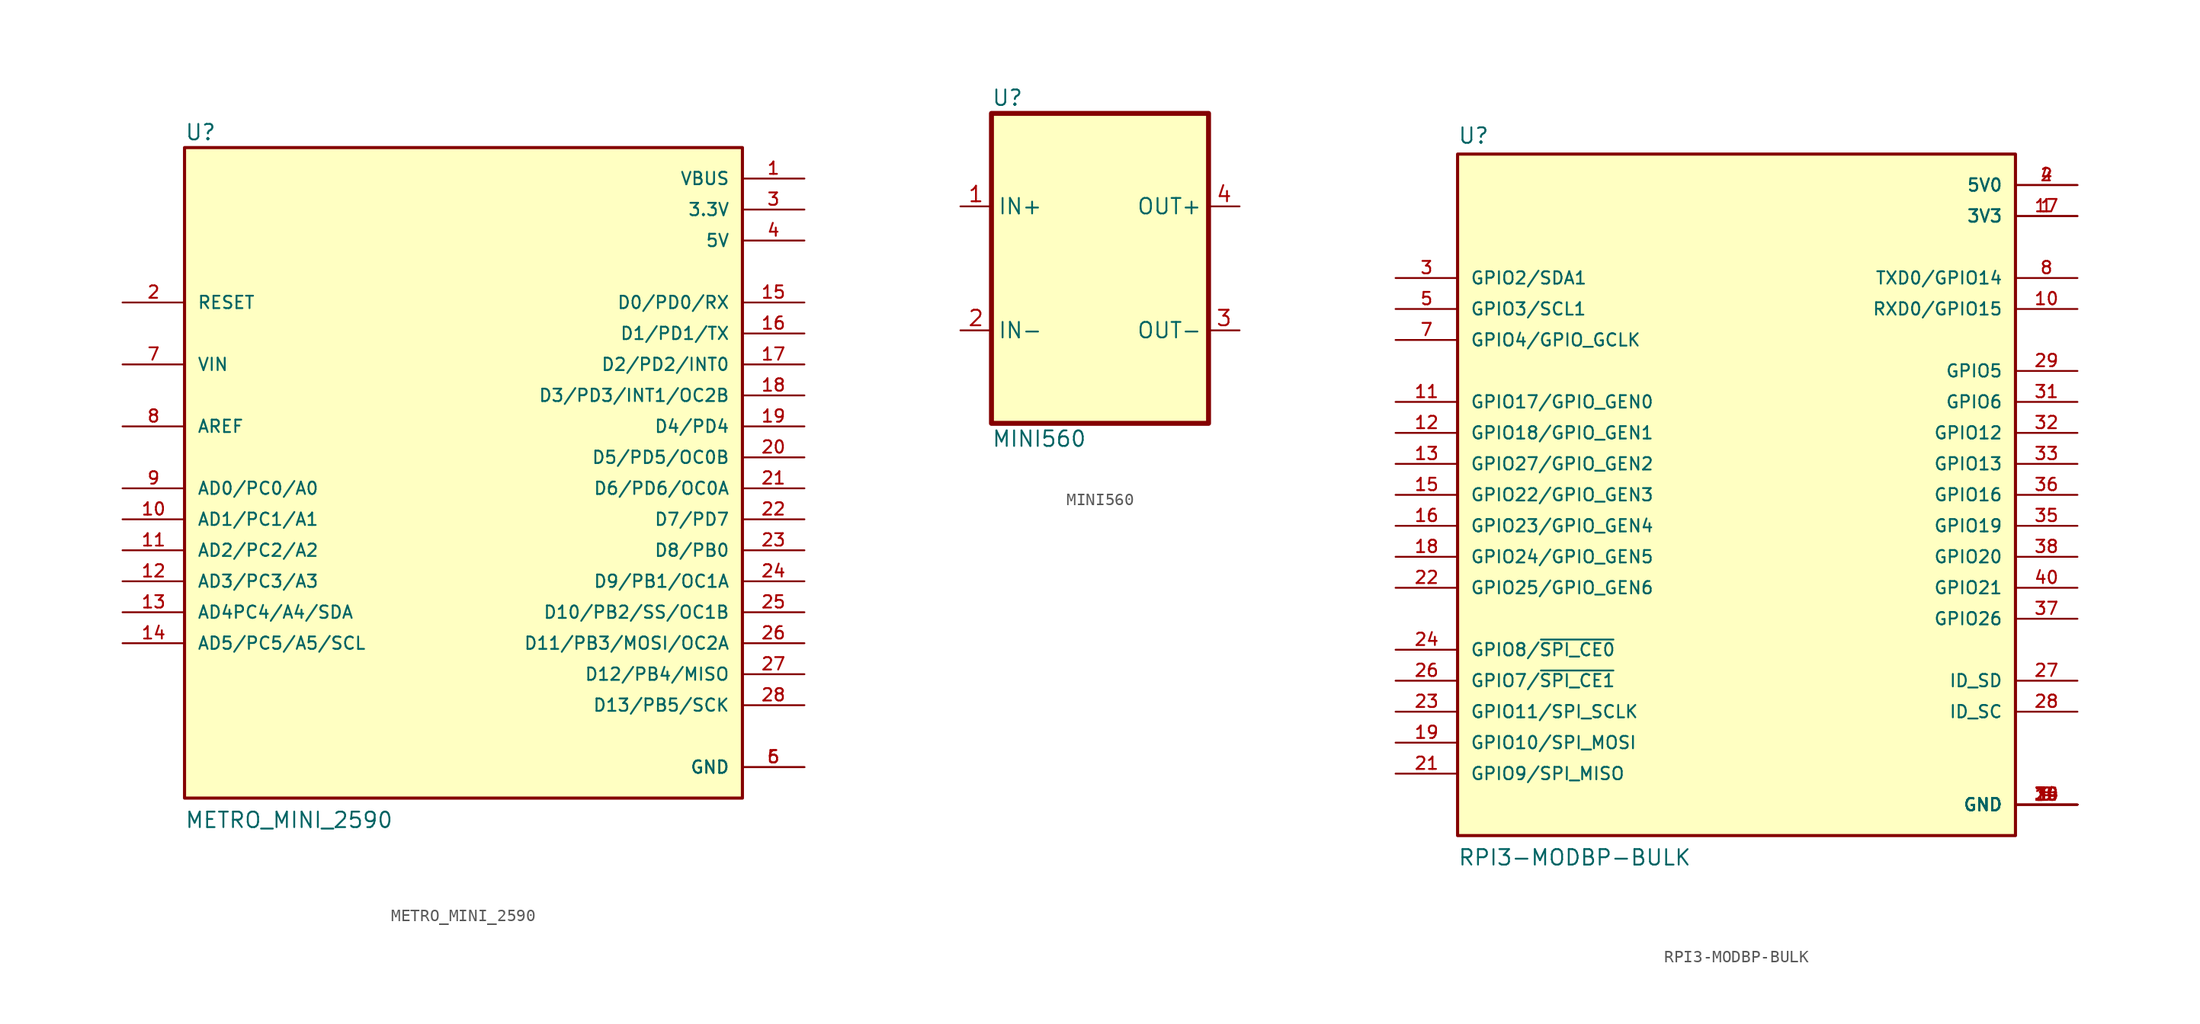
<source format=kicad_sym>
(kicad_symbol_lib
  (version 20220914)
  (generator kicad_symbol_editor)
  (symbol "METRO_MINI_2590"
    (pin_names
      (offset 1.016))
    (property "Reference" "U"
      (at -22.86 25.908 0)
      (effects (font (size 1.27 1.27)) (justify left bottom)))
    (property "Value" "METRO_MINI_2590"
      (at -22.86 -30.48 0)
      (effects (font (size 1.27 1.27)) (justify left bottom)))
    (symbol "METRO_MINI_2590_0_0"
      (rectangle (start -22.86 -27.94) (end 22.86 25.4) (stroke (width 0.254) (type default)) (fill (type background)))
      (pin power_in line (at 27.94 22.86 180) (length 5.08) (name "VBUS" (effects (font (size 1.016 1.016)))) (number "1" (effects (font (size 1.016 1.016)))))
      (pin bidirectional line (at -27.94 -5.08 0) (length 5.08) (name "AD1/PC1/A1" (effects (font (size 1.016 1.016)))) (number "10" (effects (font (size 1.016 1.016)))))
      (pin bidirectional line (at -27.94 -7.62 0) (length 5.08) (name "AD2/PC2/A2" (effects (font (size 1.016 1.016)))) (number "11" (effects (font (size 1.016 1.016)))))
      (pin bidirectional line (at -27.94 -10.16 0) (length 5.08) (name "AD3/PC3/A3" (effects (font (size 1.016 1.016)))) (number "12" (effects (font (size 1.016 1.016)))))
      (pin bidirectional line (at -27.94 -12.7 0) (length 5.08) (name "AD4PC4/A4/SDA" (effects (font (size 1.016 1.016)))) (number "13" (effects (font (size 1.016 1.016)))))
      (pin bidirectional line (at -27.94 -15.24 0) (length 5.08) (name "AD5/PC5/A5/SCL" (effects (font (size 1.016 1.016)))) (number "14" (effects (font (size 1.016 1.016)))))
      (pin bidirectional line (at 27.94 12.7 180) (length 5.08) (name "D0/PD0/RX" (effects (font (size 1.016 1.016)))) (number "15" (effects (font (size 1.016 1.016)))))
      (pin bidirectional line (at 27.94 10.16 180) (length 5.08) (name "D1/PD1/TX" (effects (font (size 1.016 1.016)))) (number "16" (effects (font (size 1.016 1.016)))))
      (pin bidirectional line (at 27.94 7.62 180) (length 5.08) (name "D2/PD2/INT0" (effects (font (size 1.016 1.016)))) (number "17" (effects (font (size 1.016 1.016)))))
      (pin bidirectional line (at 27.94 5.08 180) (length 5.08) (name "D3/PD3/INT1/OC2B" (effects (font (size 1.016 1.016)))) (number "18" (effects (font (size 1.016 1.016)))))
      (pin bidirectional line (at 27.94 2.54 180) (length 5.08) (name "D4/PD4" (effects (font (size 1.016 1.016)))) (number "19" (effects (font (size 1.016 1.016)))))
      (pin input line (at -27.94 12.7 0) (length 5.08) (name "RESET" (effects (font (size 1.016 1.016)))) (number "2" (effects (font (size 1.016 1.016)))))
      (pin bidirectional line (at 27.94 0 180) (length 5.08) (name "D5/PD5/OC0B" (effects (font (size 1.016 1.016)))) (number "20" (effects (font (size 1.016 1.016)))))
      (pin bidirectional line (at 27.94 -2.54 180) (length 5.08) (name "D6/PD6/OC0A" (effects (font (size 1.016 1.016)))) (number "21" (effects (font (size 1.016 1.016)))))
      (pin bidirectional line (at 27.94 -5.08 180) (length 5.08) (name "D7/PD7" (effects (font (size 1.016 1.016)))) (number "22" (effects (font (size 1.016 1.016)))))
      (pin bidirectional line (at 27.94 -7.62 180) (length 5.08) (name "D8/PB0" (effects (font (size 1.016 1.016)))) (number "23" (effects (font (size 1.016 1.016)))))
      (pin bidirectional line (at 27.94 -10.16 180) (length 5.08) (name "D9/PB1/OC1A" (effects (font (size 1.016 1.016)))) (number "24" (effects (font (size 1.016 1.016)))))
      (pin bidirectional line (at 27.94 -12.7 180) (length 5.08) (name "D10/PB2/SS/OC1B" (effects (font (size 1.016 1.016)))) (number "25" (effects (font (size 1.016 1.016)))))
      (pin bidirectional line (at 27.94 -15.24 180) (length 5.08) (name "D11/PB3/MOSI/OC2A" (effects (font (size 1.016 1.016)))) (number "26" (effects (font (size 1.016 1.016)))))
      (pin bidirectional line (at 27.94 -17.78 180) (length 5.08) (name "D12/PB4/MISO" (effects (font (size 1.016 1.016)))) (number "27" (effects (font (size 1.016 1.016)))))
      (pin bidirectional line (at 27.94 -20.32 180) (length 5.08) (name "D13/PB5/SCK" (effects (font (size 1.016 1.016)))) (number "28" (effects (font (size 1.016 1.016)))))
      (pin power_in line (at 27.94 20.32 180) (length 5.08) (name "3.3V" (effects (font (size 1.016 1.016)))) (number "3" (effects (font (size 1.016 1.016)))))
      (pin power_in line (at 27.94 17.78 180) (length 5.08) (name "5V" (effects (font (size 1.016 1.016)))) (number "4" (effects (font (size 1.016 1.016)))))
      (pin power_in line (at 27.94 -25.4 180) (length 5.08) (name "GND" (effects (font (size 1.016 1.016)))) (number "5" (effects (font (size 1.016 1.016)))))
      (pin power_in line (at 27.94 -25.4 180) (length 5.08) (name "GND" (effects (font (size 1.016 1.016)))) (number "6" (effects (font (size 1.016 1.016)))))
      (pin input line (at -27.94 7.62 0) (length 5.08) (name "VIN" (effects (font (size 1.016 1.016)))) (number "7" (effects (font (size 1.016 1.016)))))
      (pin input line (at -27.94 2.54 0) (length 5.08) (name "AREF" (effects (font (size 1.016 1.016)))) (number "8" (effects (font (size 1.016 1.016)))))
      (pin bidirectional line (at -27.94 -2.54 0) (length 5.08) (name "AD0/PC0/A0" (effects (font (size 1.016 1.016)))) (number "9" (effects (font (size 1.016 1.016)))))))
  (symbol "MINI560"
    (property "Reference" "U"
      (at -8.89 13.97 0)
      (effects (font (size 1.27 1.27)) (justify left)))
    (property "Value" "MINI560"
      (at -8.89 -13.97 0)
      (effects (font (size 1.27 1.27)) (justify left)))
    (symbol "MINI560_0_0"
      (rectangle (start -8.89 12.7) (end 8.89 -12.7) (stroke (width 0.406) (type default)) (fill (type background))))
    (symbol "MINI560_1_1"
      (pin power_in line (at -11.43 5.08 0) (length 2.54) (name "IN+" (effects (font (size 1.27 1.27)))) (number "1" (effects (font (size 1.27 1.27)))))
      (pin power_in line (at -11.43 -5.08 0) (length 2.54) (name "IN-" (effects (font (size 1.27 1.27)))) (number "2" (effects (font (size 1.27 1.27)))))
      (pin power_out line (at 11.43 -5.08 180) (length 2.54) (name "OUT-" (effects (font (size 1.27 1.27)))) (number "3" (effects (font (size 1.27 1.27)))))
      (pin power_out line (at 11.43 5.08 180) (length 2.54) (name "OUT+" (effects (font (size 1.27 1.27)))) (number "4" (effects (font (size 1.27 1.27)))))))
  (symbol "RPI3-MODBP-BULK"
    (pin_names
      (offset 1.016))
    (property "Reference" "U"
      (at -22.86 28.702 0)
      (effects (font (size 1.27 1.27)) (justify left bottom)))
    (property "Value" "RPI3-MODBP-BULK"
      (at -22.86 -30.48 0)
      (effects (font (size 1.27 1.27)) (justify left bottom)))
    (symbol "RPI3-MODBP-BULK_0_0"
      (rectangle (start -22.86 -27.94) (end 22.86 27.94) (stroke (width 0.254) (type default)) (fill (type background)))
      (pin power_in line (at 27.94 22.86 180) (length 5.08) (name "3V3" (effects (font (size 1.016 1.016)))) (number "1" (effects (font (size 1.016 1.016)))))
      (pin bidirectional line (at 27.94 15.24 180) (length 5.08) (name "RXD0/GPIO15" (effects (font (size 1.016 1.016)))) (number "10" (effects (font (size 1.016 1.016)))))
      (pin bidirectional line (at -27.94 7.62 0) (length 5.08) (name "GPIO17/GPIO_GEN0" (effects (font (size 1.016 1.016)))) (number "11" (effects (font (size 1.016 1.016)))))
      (pin bidirectional line (at -27.94 5.08 0) (length 5.08) (name "GPIO18/GPIO_GEN1" (effects (font (size 1.016 1.016)))) (number "12" (effects (font (size 1.016 1.016)))))
      (pin bidirectional line (at -27.94 2.54 0) (length 5.08) (name "GPIO27/GPIO_GEN2" (effects (font (size 1.016 1.016)))) (number "13" (effects (font (size 1.016 1.016)))))
      (pin power_in line (at 27.94 -25.4 180) (length 5.08) (name "GND" (effects (font (size 1.016 1.016)))) (number "14" (effects (font (size 1.016 1.016)))))
      (pin bidirectional line (at -27.94 0 0) (length 5.08) (name "GPIO22/GPIO_GEN3" (effects (font (size 1.016 1.016)))) (number "15" (effects (font (size 1.016 1.016)))))
      (pin bidirectional line (at -27.94 -2.54 0) (length 5.08) (name "GPIO23/GPIO_GEN4" (effects (font (size 1.016 1.016)))) (number "16" (effects (font (size 1.016 1.016)))))
      (pin power_in line (at 27.94 22.86 180) (length 5.08) (name "3V3" (effects (font (size 1.016 1.016)))) (number "17" (effects (font (size 1.016 1.016)))))
      (pin bidirectional line (at -27.94 -5.08 0) (length 5.08) (name "GPIO24/GPIO_GEN5" (effects (font (size 1.016 1.016)))) (number "18" (effects (font (size 1.016 1.016)))))
      (pin bidirectional line (at -27.94 -20.32 0) (length 5.08) (name "GPIO10/SPI_MOSI" (effects (font (size 1.016 1.016)))) (number "19" (effects (font (size 1.016 1.016)))))
      (pin power_in line (at 27.94 25.4 180) (length 5.08) (name "5V0" (effects (font (size 1.016 1.016)))) (number "2" (effects (font (size 1.016 1.016)))))
      (pin power_in line (at 27.94 -25.4 180) (length 5.08) (name "GND" (effects (font (size 1.016 1.016)))) (number "20" (effects (font (size 1.016 1.016)))))
      (pin bidirectional line (at -27.94 -22.86 0) (length 5.08) (name "GPIO9/SPI_MISO" (effects (font (size 1.016 1.016)))) (number "21" (effects (font (size 1.016 1.016)))))
      (pin bidirectional line (at -27.94 -7.62 0) (length 5.08) (name "GPIO25/GPIO_GEN6" (effects (font (size 1.016 1.016)))) (number "22" (effects (font (size 1.016 1.016)))))
      (pin bidirectional line (at -27.94 -17.78 0) (length 5.08) (name "GPIO11/SPI_SCLK" (effects (font (size 1.016 1.016)))) (number "23" (effects (font (size 1.016 1.016)))))
      (pin bidirectional line (at -27.94 -12.7 0) (length 5.08) (name "GPIO8/~{SPI_CE0}" (effects (font (size 1.016 1.016)))) (number "24" (effects (font (size 1.016 1.016)))))
      (pin power_in line (at 27.94 -25.4 180) (length 5.08) (name "GND" (effects (font (size 1.016 1.016)))) (number "25" (effects (font (size 1.016 1.016)))))
      (pin bidirectional line (at -27.94 -15.24 0) (length 5.08) (name "GPIO7/~{SPI_CE1}" (effects (font (size 1.016 1.016)))) (number "26" (effects (font (size 1.016 1.016)))))
      (pin bidirectional line (at 27.94 -15.24 180) (length 5.08) (name "ID_SD" (effects (font (size 1.016 1.016)))) (number "27" (effects (font (size 1.016 1.016)))))
      (pin bidirectional line (at 27.94 -17.78 180) (length 5.08) (name "ID_SC" (effects (font (size 1.016 1.016)))) (number "28" (effects (font (size 1.016 1.016)))))
      (pin bidirectional line (at 27.94 10.16 180) (length 5.08) (name "GPIO5" (effects (font (size 1.016 1.016)))) (number "29" (effects (font (size 1.016 1.016)))))
      (pin bidirectional line (at -27.94 17.78 0) (length 5.08) (name "GPIO2/SDA1" (effects (font (size 1.016 1.016)))) (number "3" (effects (font (size 1.016 1.016)))))
      (pin power_in line (at 27.94 -25.4 180) (length 5.08) (name "GND" (effects (font (size 1.016 1.016)))) (number "30" (effects (font (size 1.016 1.016)))))
      (pin bidirectional line (at 27.94 7.62 180) (length 5.08) (name "GPIO6" (effects (font (size 1.016 1.016)))) (number "31" (effects (font (size 1.016 1.016)))))
      (pin bidirectional line (at 27.94 5.08 180) (length 5.08) (name "GPIO12" (effects (font (size 1.016 1.016)))) (number "32" (effects (font (size 1.016 1.016)))))
      (pin bidirectional line (at 27.94 2.54 180) (length 5.08) (name "GPIO13" (effects (font (size 1.016 1.016)))) (number "33" (effects (font (size 1.016 1.016)))))
      (pin power_in line (at 27.94 -25.4 180) (length 5.08) (name "GND" (effects (font (size 1.016 1.016)))) (number "34" (effects (font (size 1.016 1.016)))))
      (pin bidirectional line (at 27.94 -2.54 180) (length 5.08) (name "GPIO19" (effects (font (size 1.016 1.016)))) (number "35" (effects (font (size 1.016 1.016)))))
      (pin bidirectional line (at 27.94 0 180) (length 5.08) (name "GPIO16" (effects (font (size 1.016 1.016)))) (number "36" (effects (font (size 1.016 1.016)))))
      (pin bidirectional line (at 27.94 -10.16 180) (length 5.08) (name "GPIO26" (effects (font (size 1.016 1.016)))) (number "37" (effects (font (size 1.016 1.016)))))
      (pin bidirectional line (at 27.94 -5.08 180) (length 5.08) (name "GPIO20" (effects (font (size 1.016 1.016)))) (number "38" (effects (font (size 1.016 1.016)))))
      (pin power_in line (at 27.94 -25.4 180) (length 5.08) (name "GND" (effects (font (size 1.016 1.016)))) (number "39" (effects (font (size 1.016 1.016)))))
      (pin power_in line (at 27.94 25.4 180) (length 5.08) (name "5V0" (effects (font (size 1.016 1.016)))) (number "4" (effects (font (size 1.016 1.016)))))
      (pin bidirectional line (at 27.94 -7.62 180) (length 5.08) (name "GPIO21" (effects (font (size 1.016 1.016)))) (number "40" (effects (font (size 1.016 1.016)))))
      (pin bidirectional line (at -27.94 15.24 0) (length 5.08) (name "GPIO3/SCL1" (effects (font (size 1.016 1.016)))) (number "5" (effects (font (size 1.016 1.016)))))
      (pin power_in line (at 27.94 -25.4 180) (length 5.08) (name "GND" (effects (font (size 1.016 1.016)))) (number "6" (effects (font (size 1.016 1.016)))))
      (pin bidirectional line (at -27.94 12.7 0) (length 5.08) (name "GPIO4/GPIO_GCLK" (effects (font (size 1.016 1.016)))) (number "7" (effects (font (size 1.016 1.016)))))
      (pin bidirectional line (at 27.94 17.78 180) (length 5.08) (name "TXD0/GPIO14" (effects (font (size 1.016 1.016)))) (number "8" (effects (font (size 1.016 1.016)))))
      (pin power_in line (at 27.94 -25.4 180) (length 5.08) (name "GND" (effects (font (size 1.016 1.016)))) (number "9" (effects (font (size 1.016 1.016))))))))
</source>
